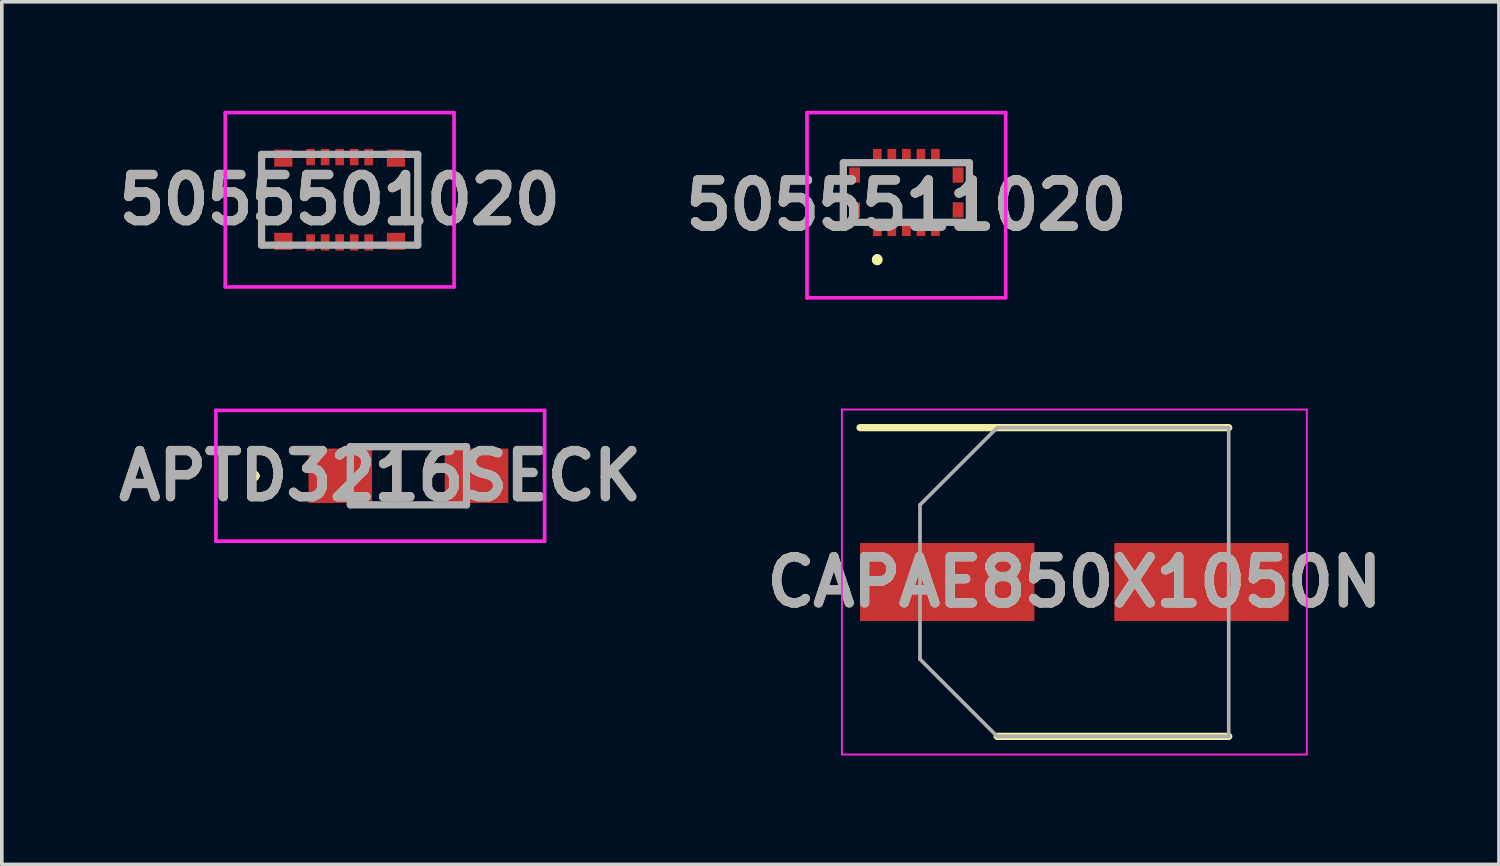
<source format=kicad_pcb>
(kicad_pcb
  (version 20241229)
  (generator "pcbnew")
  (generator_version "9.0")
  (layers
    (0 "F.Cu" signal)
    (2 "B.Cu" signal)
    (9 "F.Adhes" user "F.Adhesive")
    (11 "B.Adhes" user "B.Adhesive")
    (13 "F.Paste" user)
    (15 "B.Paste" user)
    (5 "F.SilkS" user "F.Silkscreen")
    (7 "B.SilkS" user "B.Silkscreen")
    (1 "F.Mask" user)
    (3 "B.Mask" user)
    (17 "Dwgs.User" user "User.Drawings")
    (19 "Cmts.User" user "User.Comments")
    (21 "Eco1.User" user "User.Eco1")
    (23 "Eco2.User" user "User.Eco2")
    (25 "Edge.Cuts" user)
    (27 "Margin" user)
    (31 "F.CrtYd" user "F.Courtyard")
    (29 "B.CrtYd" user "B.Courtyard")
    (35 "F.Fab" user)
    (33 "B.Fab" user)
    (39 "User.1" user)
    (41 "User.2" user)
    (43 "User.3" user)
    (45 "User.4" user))
  (footprint "5055511020"
    (layer "F.Cu")
    (at 21.905 2.25)
    (property "Reference" "5055511020" (at 0 0.35 0) (layer "F.SilkS") (effects (font (size 1.27 1.27) (thickness 0.254))))
    (attr smd)
    (fp_line (start -0.8 1.8) (end -0.8 1.8) (stroke (width 0.2) (type solid)) (layer "F.SilkS"))
    (fp_line (start -0.8 1.8) (end -0.8 1.8) (stroke (width 0.2) (type solid)) (layer "F.SilkS"))
    (fp_line (start -0.8 1.9) (end -0.8 1.9) (stroke (width 0.2) (type solid)) (layer "F.SilkS"))
    (fp_arc (start -0.8 1.8) (mid -0.75 1.85) (end -0.8 1.9) (stroke (width 0.2) (type solid)) (layer "F.SilkS"))
    (fp_arc (start -0.8 1.9) (mid -0.85 1.85) (end -0.8 1.8) (stroke (width 0.2) (type solid)) (layer "F.SilkS"))
    (fp_arc (start -0.8 1.9) (mid -0.85 1.85) (end -0.8 1.8) (stroke (width 0.2) (type solid)) (layer "F.SilkS"))
    (fp_line (start -2.735 -2.2) (end 2.735 -2.2) (stroke (width 0.1) (type solid)) (layer "F.CrtYd"))
    (fp_line (start -2.735 2.9) (end -2.735 -2.2) (stroke (width 0.1) (type solid)) (layer "F.CrtYd"))
    (fp_line (start 2.735 -2.2) (end 2.735 2.9) (stroke (width 0.1) (type solid)) (layer "F.CrtYd"))
    (fp_line (start 2.735 2.9) (end -2.735 2.9) (stroke (width 0.1) (type solid)) (layer "F.CrtYd"))
    (fp_line (start -1.735 -0.82) (end -1.735 0.82) (stroke (width 0.2) (type solid)) (layer "F.Fab"))
    (fp_line (start -1.735 0.82) (end 1.735 0.82) (stroke (width 0.2) (type solid)) (layer "F.Fab"))
    (fp_line (start 1.735 -0.82) (end -1.735 -0.82) (stroke (width 0.2) (type solid)) (layer "F.Fab"))
    (fp_line (start 1.735 0.82) (end 1.735 -0.82) (stroke (width 0.2) (type solid)) (layer "F.Fab"))
    (fp_text user "${REFERENCE}" (at 0 0.35 0) (layer "F.Fab") (effects (font (size 1.27 1.27) (thickness 0.254))))
    (pad "1" smd rect (at -0.8 1.025) (size 0.24 0.35) (layers "F.Cu" "F.Mask" "F.Paste"))
    (pad "2" smd rect (at -0.8 -1.025) (size 0.24 0.35) (layers "F.Cu" "F.Mask" "F.Paste"))
    (pad "3" smd rect (at -0.4 1.025) (size 0.24 0.35) (layers "F.Cu" "F.Mask" "F.Paste"))
    (pad "4" smd rect (at -0.4 -1.025) (size 0.24 0.35) (layers "F.Cu" "F.Mask" "F.Paste"))
    (pad "5" smd rect (at 0 1.025) (size 0.24 0.35) (layers "F.Cu" "F.Mask" "F.Paste"))
    (pad "6" smd rect (at 0 -1.025) (size 0.24 0.35) (layers "F.Cu" "F.Mask" "F.Paste"))
    (pad "7" smd rect (at 0.4 1.025) (size 0.24 0.35) (layers "F.Cu" "F.Mask" "F.Paste"))
    (pad "8" smd rect (at 0.4 -1.025) (size 0.24 0.35) (layers "F.Cu" "F.Mask" "F.Paste"))
    (pad "9" smd rect (at 0.8 1.025) (size 0.24 0.35) (layers "F.Cu" "F.Mask" "F.Paste"))
    (pad "10" smd rect (at 0.8 -1.025) (size 0.24 0.35) (layers "F.Cu" "F.Mask" "F.Paste"))
    (pad "MP1" smd rect (at -1.425 0.48) (size 0.3 0.42) (layers "F.Cu" "F.Mask" "F.Paste"))
    (pad "MP2" smd rect (at -1.425 -0.48) (size 0.3 0.42) (layers "F.Cu" "F.Mask" "F.Paste"))
    (pad "MP3" smd rect (at 1.425 0.48) (size 0.3 0.42) (layers "F.Cu" "F.Mask" "F.Paste"))
    (pad "MP4" smd rect (at 1.425 -0.48) (size 0.3 0.42) (layers "F.Cu" "F.Mask" "F.Paste")))
  (footprint "CAPAE850X1050N"
    (layer "F.Cu")
    (at 26.531 12.975)
    (property "Reference" "CAPAE850X1050N" (at 0 0 0) (layer "F.SilkS") (effects (font (size 1.27 1.27) (thickness 0.254))))
    (attr smd)
    (fp_line (start -5.9 -4.25) (end 4.25 -4.25) (stroke (width 0.2) (type solid)) (layer "F.SilkS"))
    (fp_line (start -2.125 4.25) (end 4.25 4.25) (stroke (width 0.2) (type solid)) (layer "F.SilkS"))
    (fp_line (start -6.4 -4.75) (end 6.4 -4.75) (stroke (width 0.05) (type solid)) (layer "F.CrtYd"))
    (fp_line (start -6.4 4.75) (end -6.4 -4.75) (stroke (width 0.05) (type solid)) (layer "F.CrtYd"))
    (fp_line (start 6.4 -4.75) (end 6.4 4.75) (stroke (width 0.05) (type solid)) (layer "F.CrtYd"))
    (fp_line (start 6.4 4.75) (end -6.4 4.75) (stroke (width 0.05) (type solid)) (layer "F.CrtYd"))
    (fp_line (start -4.25 -2.125) (end -4.25 2.125) (stroke (width 0.1) (type solid)) (layer "F.Fab"))
    (fp_line (start -4.25 2.125) (end -2.125 4.25) (stroke (width 0.1) (type solid)) (layer "F.Fab"))
    (fp_line (start -2.125 -4.25) (end -4.25 -2.125) (stroke (width 0.1) (type solid)) (layer "F.Fab"))
    (fp_line (start -2.125 4.25) (end 4.25 4.25) (stroke (width 0.1) (type solid)) (layer "F.Fab"))
    (fp_line (start 4.25 -4.25) (end -2.125 -4.25) (stroke (width 0.1) (type solid)) (layer "F.Fab"))
    (fp_line (start 4.25 4.25) (end 4.25 -4.25) (stroke (width 0.1) (type solid)) (layer "F.Fab"))
    (fp_text user "${REFERENCE}" (at 0 0 0) (layer "F.Fab") (effects (font (size 1.27 1.27) (thickness 0.254))))
    (pad "1" smd rect (at -3.5 0 90) (size 2.15 4.8) (layers "F.Cu" "F.Mask" "F.Paste"))
    (pad "2" smd rect (at 3.5 0 90) (size 2.15 4.8) (layers "F.Cu" "F.Mask" "F.Paste")))
  (footprint "5055501020"
    (layer "F.Cu")
    (at 6.302 2.45)
    (property "Reference" "5055501020" (at 0 0 0) (layer "F.SilkS") (effects (font (size 1.27 1.27) (thickness 0.254))))
    (attr smd)
    (fp_line (start -2.15 -1.25) (end -2.15 1.25) (stroke (width 0.1) (type solid)) (layer "F.SilkS"))
    (fp_line (start 2.15 -1.25) (end 2.15 1.175) (stroke (width 0.1) (type solid)) (layer "F.SilkS"))
    (fp_line (start -3.15 -2.4) (end 3.15 -2.4) (stroke (width 0.1) (type solid)) (layer "F.CrtYd"))
    (fp_line (start -3.15 2.4) (end -3.15 -2.4) (stroke (width 0.1) (type solid)) (layer "F.CrtYd"))
    (fp_line (start 3.15 -2.4) (end 3.15 2.4) (stroke (width 0.1) (type solid)) (layer "F.CrtYd"))
    (fp_line (start 3.15 2.4) (end -3.15 2.4) (stroke (width 0.1) (type solid)) (layer "F.CrtYd"))
    (fp_line (start -2.15 -1.25) (end 2.15 -1.25) (stroke (width 0.2) (type solid)) (layer "F.Fab"))
    (fp_line (start -2.15 1.25) (end -2.15 -1.25) (stroke (width 0.2) (type solid)) (layer "F.Fab"))
    (fp_line (start 2.15 -1.25) (end 2.15 1.25) (stroke (width 0.2) (type solid)) (layer "F.Fab"))
    (fp_line (start 2.15 1.25) (end -2.15 1.25) (stroke (width 0.2) (type solid)) (layer "F.Fab"))
    (fp_text user "${REFERENCE}" (at 0 0 0) (layer "F.Fab") (effects (font (size 1.27 1.27) (thickness 0.254))))
    (pad "1" smd rect (at -0.8 1.175) (size 0.24 0.45) (layers "F.Cu" "F.Mask" "F.Paste"))
    (pad "2" smd rect (at -0.8 -1.175) (size 0.24 0.45) (layers "F.Cu" "F.Mask" "F.Paste"))
    (pad "3" smd rect (at -0.4 1.175) (size 0.24 0.45) (layers "F.Cu" "F.Mask" "F.Paste"))
    (pad "4" smd rect (at -0.4 -1.175) (size 0.24 0.45) (layers "F.Cu" "F.Mask" "F.Paste"))
    (pad "5" smd rect (at 0 1.175) (size 0.24 0.45) (layers "F.Cu" "F.Mask" "F.Paste"))
    (pad "6" smd rect (at 0 -1.175) (size 0.24 0.45) (layers "F.Cu" "F.Mask" "F.Paste"))
    (pad "7" smd rect (at 0.4 1.175) (size 0.24 0.45) (layers "F.Cu" "F.Mask" "F.Paste"))
    (pad "8" smd rect (at 0.4 -1.175) (size 0.24 0.45) (layers "F.Cu" "F.Mask" "F.Paste"))
    (pad "9" smd rect (at 0.8 1.175) (size 0.24 0.45) (layers "F.Cu" "F.Mask" "F.Paste"))
    (pad "10" smd rect (at 0.8 -1.175) (size 0.24 0.45) (layers "F.Cu" "F.Mask" "F.Paste"))
    (pad "MP1" smd rect (at -1.55 1.145 90) (size 0.47 0.5) (layers "F.Cu" "F.Mask" "F.Paste"))
    (pad "MP2" smd rect (at -1.55 -1.145 90) (size 0.47 0.5) (layers "F.Cu" "F.Mask" "F.Paste"))
    (pad "MP3" smd rect (at 1.55 1.145 90) (size 0.47 0.5) (layers "F.Cu" "F.Mask" "F.Paste"))
    (pad "MP4" smd rect (at 1.55 -1.145 90) (size 0.47 0.5) (layers "F.Cu" "F.Mask" "F.Paste")))
  (footprint "APTD3216SECK"
    (layer "F.Cu")
    (at 8.195 10.05)
    (property "Reference" "APTD3216SECK" (at -0.775 0 0) (layer "F.SilkS") (effects (font (size 1.27 1.27) (thickness 0.254))))
    (attr smd)
    (fp_line (start -4.3 0) (end -4.3 0) (stroke (width 0.2) (type solid)) (layer "F.SilkS"))
    (fp_line (start -4.3 0) (end -4.3 0) (stroke (width 0.2) (type solid)) (layer "F.SilkS"))
    (fp_line (start -4.2 0) (end -4.2 0) (stroke (width 0.2) (type solid)) (layer "F.SilkS"))
    (fp_line (start -0.75 -0.8) (end -0.75 -0.8) (stroke (width 0.1) (type solid)) (layer "F.SilkS"))
    (fp_line (start -0.75 -0.8) (end 0.75 -0.8) (stroke (width 0.1) (type solid)) (layer "F.SilkS"))
    (fp_line (start -0.75 0.8) (end -0.75 0.8) (stroke (width 0.1) (type solid)) (layer "F.SilkS"))
    (fp_line (start -0.75 0.8) (end 0.75 0.8) (stroke (width 0.1) (type solid)) (layer "F.SilkS"))
    (fp_line (start 0.75 -0.8) (end -0.75 -0.8) (stroke (width 0.1) (type solid)) (layer "F.SilkS"))
    (fp_line (start 0.75 -0.8) (end 0.75 -0.8) (stroke (width 0.1) (type solid)) (layer "F.SilkS"))
    (fp_line (start 0.75 0.8) (end -0.75 0.8) (stroke (width 0.1) (type solid)) (layer "F.SilkS"))
    (fp_line (start 0.75 0.8) (end 0.75 0.8) (stroke (width 0.1) (type solid)) (layer "F.SilkS"))
    (fp_arc (start -4.3 0) (mid -4.25 -0.05) (end -4.2 0) (stroke (width 0.2) (type solid)) (layer "F.SilkS"))
    (fp_arc (start -4.2 0) (mid -4.25 0.05) (end -4.3 0) (stroke (width 0.2) (type solid)) (layer "F.SilkS"))
    (fp_arc (start -4.2 0) (mid -4.25 0.05) (end -4.3 0) (stroke (width 0.2) (type solid)) (layer "F.SilkS"))
    (fp_line (start -5.3 -1.8) (end 3.75 -1.8) (stroke (width 0.1) (type solid)) (layer "F.CrtYd"))
    (fp_line (start -5.3 1.8) (end -5.3 -1.8) (stroke (width 0.1) (type solid)) (layer "F.CrtYd"))
    (fp_line (start 3.75 -1.8) (end 3.75 1.8) (stroke (width 0.1) (type solid)) (layer "F.CrtYd"))
    (fp_line (start 3.75 1.8) (end -5.3 1.8) (stroke (width 0.1) (type solid)) (layer "F.CrtYd"))
    (fp_line (start -1.6 -0.8) (end -1.6 0.8) (stroke (width 0.2) (type solid)) (layer "F.Fab"))
    (fp_line (start -1.6 0.8) (end 1.6 0.8) (stroke (width 0.2) (type solid)) (layer "F.Fab"))
    (fp_line (start 1.6 -0.8) (end -1.6 -0.8) (stroke (width 0.2) (type solid)) (layer "F.Fab"))
    (fp_line (start 1.6 0.8) (end 1.6 -0.8) (stroke (width 0.2) (type solid)) (layer "F.Fab"))
    (fp_text user "${REFERENCE}" (at -0.775 0 0) (layer "F.Fab") (effects (font (size 1.27 1.27) (thickness 0.254))))
    (pad "1" smd rect (at -1.875 0 90) (size 1.5 1.75) (layers "F.Cu" "F.Mask" "F.Paste"))
    (pad "2" smd rect (at 1.875 0 90) (size 1.5 1.75) (layers "F.Cu" "F.Mask" "F.Paste")))
  (gr_rect
    (start -3 -3)
    (end 38.222 20.75)
    (stroke (width 0.1) (type default))
    (fill no)
    (layer "Edge.Cuts")))
</source>
